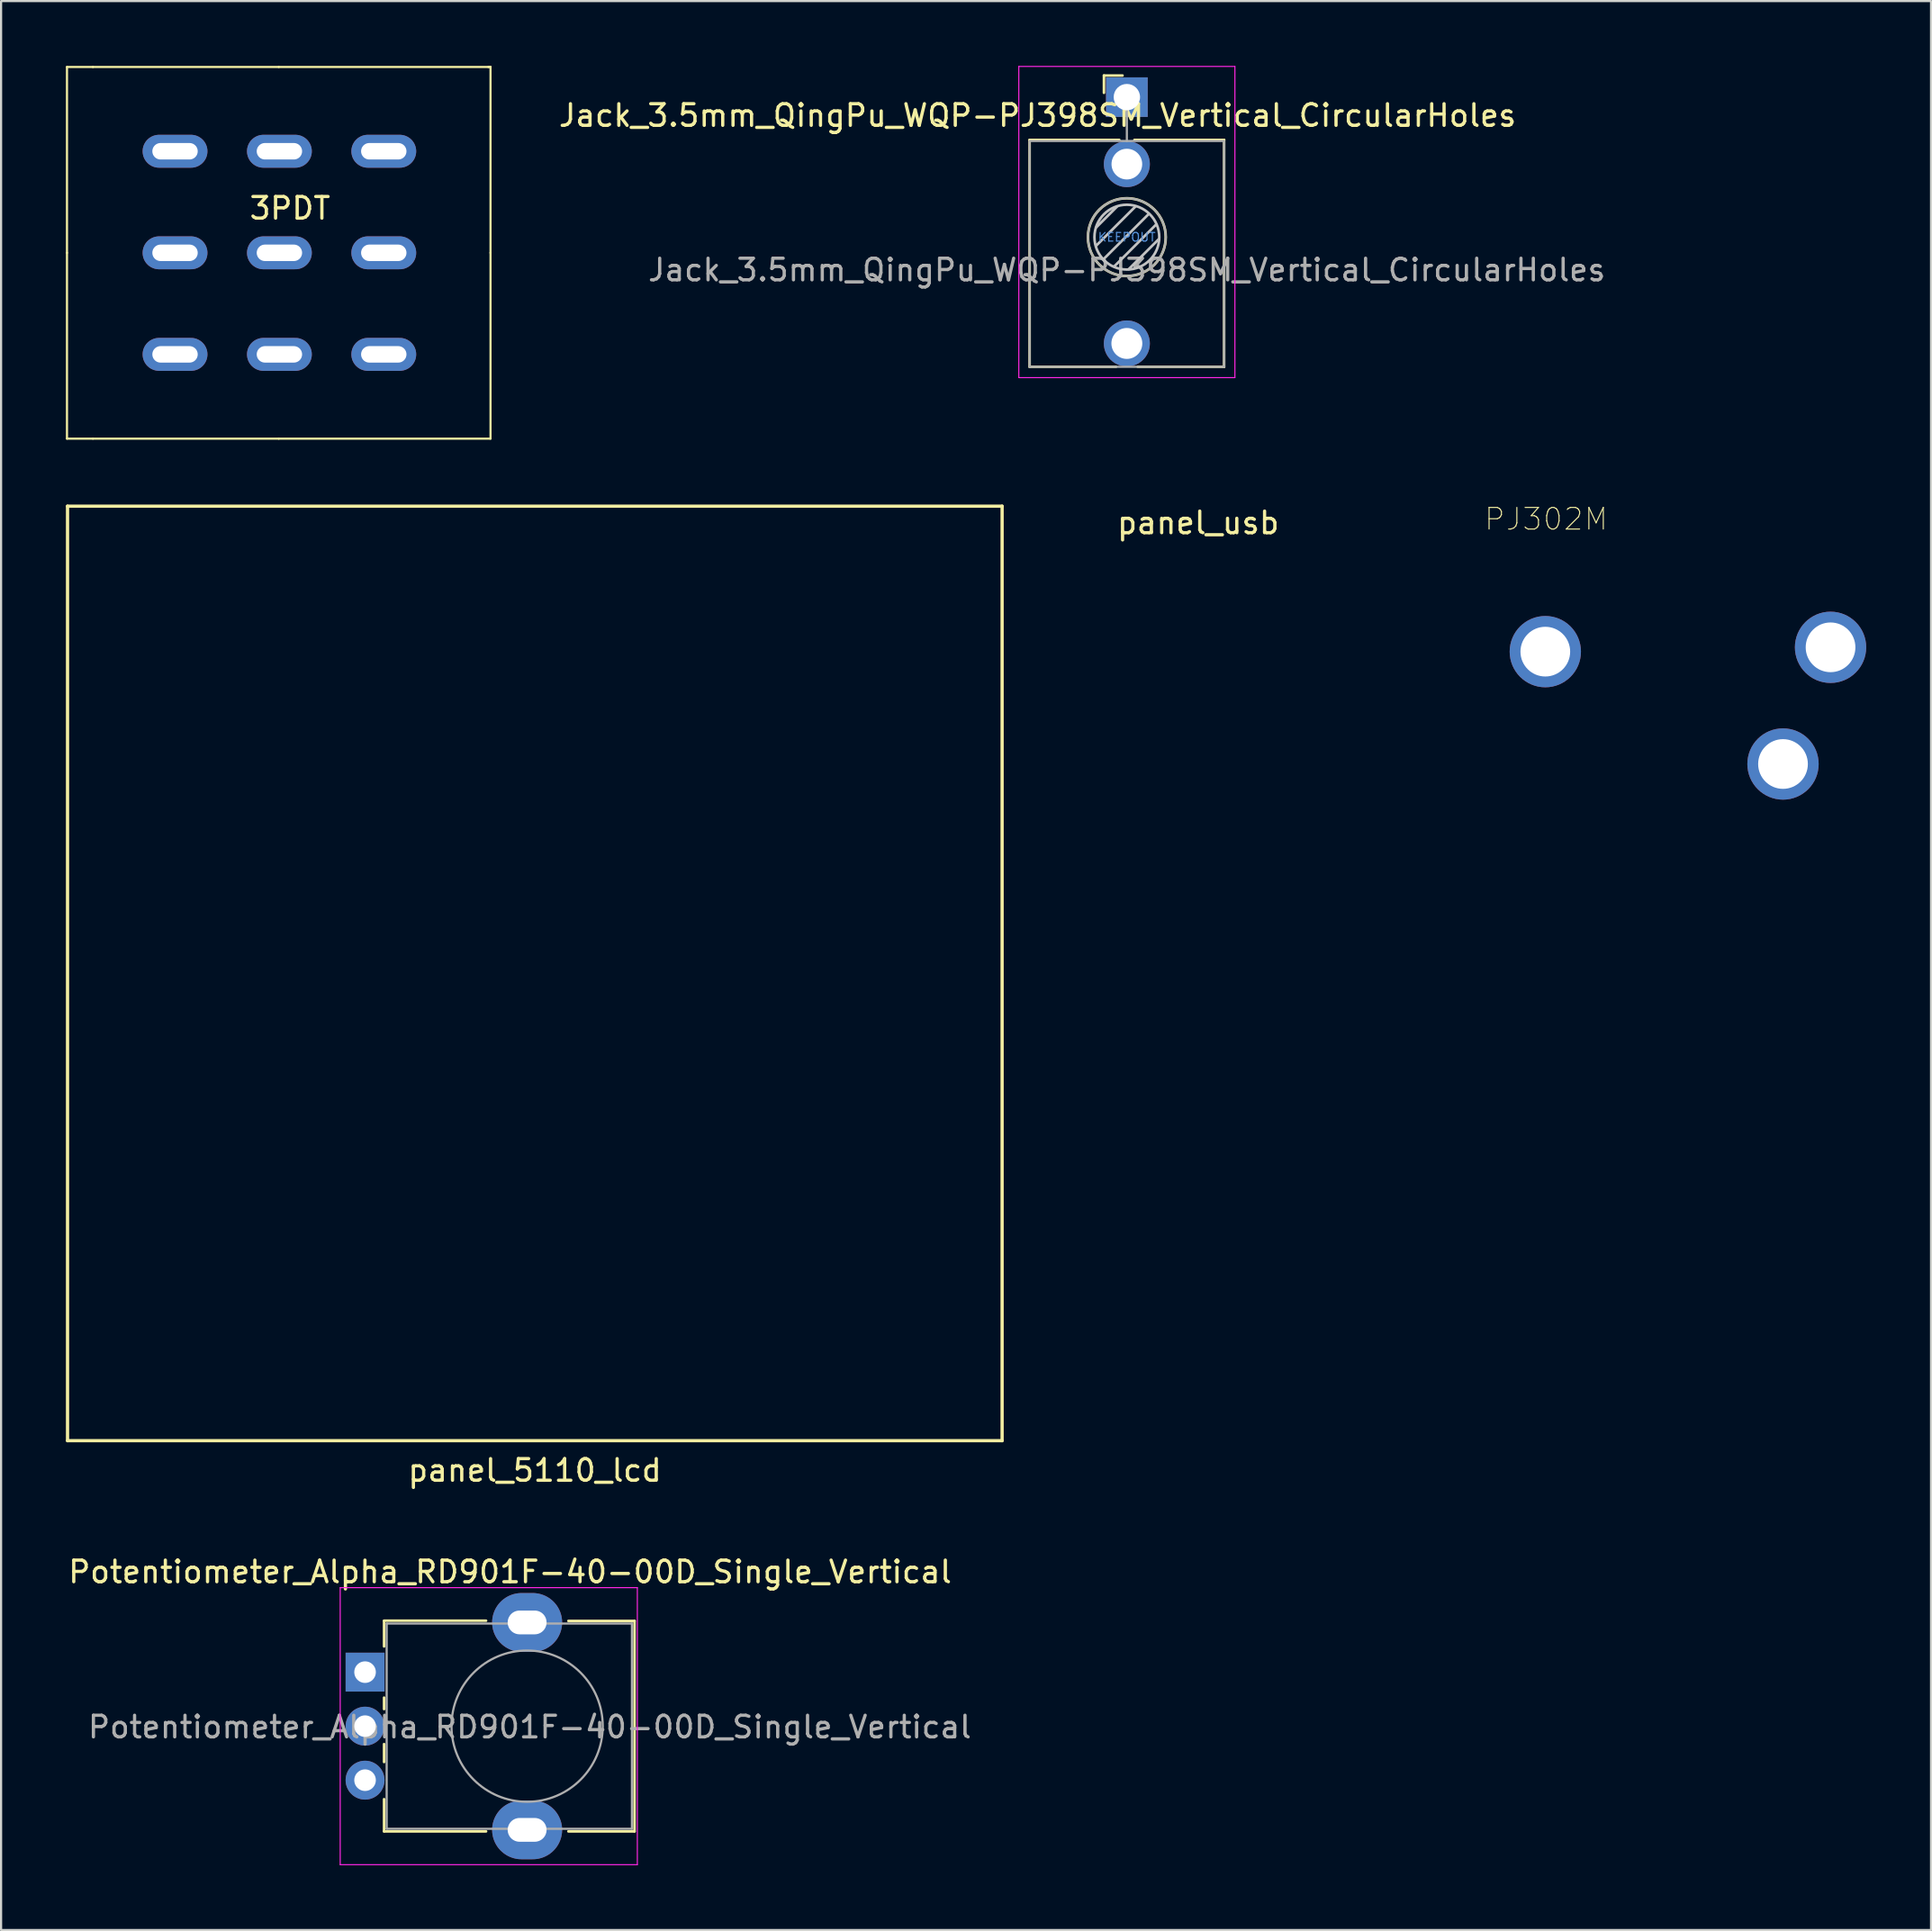
<source format=kicad_pcb>
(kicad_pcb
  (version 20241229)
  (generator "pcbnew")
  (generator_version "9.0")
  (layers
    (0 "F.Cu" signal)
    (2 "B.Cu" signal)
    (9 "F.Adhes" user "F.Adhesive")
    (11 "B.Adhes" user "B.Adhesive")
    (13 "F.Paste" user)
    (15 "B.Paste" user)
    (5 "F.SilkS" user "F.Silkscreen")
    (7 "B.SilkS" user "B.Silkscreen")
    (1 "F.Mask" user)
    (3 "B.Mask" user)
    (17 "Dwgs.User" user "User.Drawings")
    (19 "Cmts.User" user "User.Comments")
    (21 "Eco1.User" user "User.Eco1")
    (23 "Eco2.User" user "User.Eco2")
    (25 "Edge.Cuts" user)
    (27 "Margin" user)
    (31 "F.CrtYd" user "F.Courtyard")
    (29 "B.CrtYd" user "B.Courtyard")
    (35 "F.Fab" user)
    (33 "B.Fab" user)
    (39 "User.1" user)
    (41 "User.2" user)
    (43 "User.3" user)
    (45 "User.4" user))
  (footprint "panel_usb"
    (layer "F.Cu")
    (at 52.9 28.898)
    (property "Reference" "panel_usb" (at -0.5 -7.75 0) (layer "F.SilkS") (effects (font (size 1 1) (thickness 0.15))))
    (attr through_hole)
    (pad "" connect rect (at 0 0) (size 13 12) (layers "*.Mask")))
  (footprint "Potentiometer_Alpha_RD901F-40-00D_Single_Vertical"
    (layer "F.Cu")
    (at 21.344 76.876)
    (property "Reference" "Potentiometer_Alpha_RD901F-40-00D_Single_Vertical" (at -0.79 -7.18 180) (layer "F.SilkS") (effects (font (size 1 1) (thickness 0.15))))
    (attr through_hole)
    (fp_line (start -6.62 -4.92) (end -1.9 -4.92) (stroke (width 0.12) (type solid)) (layer "F.SilkS"))
    (fp_line (start -6.62 -3.73) (end -6.62 -4.91) (stroke (width 0.12) (type solid)) (layer "F.SilkS"))
    (fp_line (start -6.62 -0.83) (end -6.62 -1.36) (stroke (width 0.12) (type solid)) (layer "F.SilkS"))
    (fp_line (start -6.62 1.62) (end -6.62 0.79) (stroke (width 0.12) (type solid)) (layer "F.SilkS"))
    (fp_line (start -6.62 4.83) (end -6.62 3.34) (stroke (width 0.12) (type solid)) (layer "F.SilkS"))
    (fp_line (start -6.62 4.83) (end -1.9 4.83) (stroke (width 0.12) (type solid)) (layer "F.SilkS"))
    (fp_line (start 1.91 -4.91) (end 4.97 -4.91) (stroke (width 0.12) (type solid)) (layer "F.SilkS"))
    (fp_line (start 1.91 4.83) (end 4.97 4.83) (stroke (width 0.12) (type solid)) (layer "F.SilkS"))
    (fp_line (start 4.97 4.83) (end 4.97 -4.91) (stroke (width 0.12) (type solid)) (layer "F.SilkS"))
    (fp_line (start -8.65 -6.45) (end -8.65 6.37) (stroke (width 0.05) (type solid)) (layer "F.CrtYd"))
    (fp_line (start -8.65 6.37) (end 5.1 6.37) (stroke (width 0.05) (type solid)) (layer "F.CrtYd"))
    (fp_line (start 5.1 -6.45) (end -8.65 -6.45) (stroke (width 0.05) (type solid)) (layer "F.CrtYd"))
    (fp_line (start 5.1 6.37) (end 5.1 -6.45) (stroke (width 0.05) (type solid)) (layer "F.CrtYd"))
    (fp_line (start -6.5 -4.79) (end 4.85 -4.79) (stroke (width 0.1) (type solid)) (layer "F.Fab"))
    (fp_line (start -6.5 4.71) (end -6.5 -4.79) (stroke (width 0.1) (type solid)) (layer "F.Fab"))
    (fp_line (start -6.5 4.71) (end 4.85 4.71) (stroke (width 0.1) (type solid)) (layer "F.Fab"))
    (fp_line (start 4.85 4.71) (end 4.85 -4.79) (stroke (width 0.1) (type solid)) (layer "F.Fab"))
    (fp_circle (center 0 -0.04) (end 0 -3.54) (stroke (width 0.1) (type solid)) (fill no) (layer "F.Fab"))
    (fp_text user "${REFERENCE}" (at 0.12 0 0) (layer "F.Fab") (effects (font (size 1 1) (thickness 0.15))))
    (pad "" thru_hole oval (at 0 -4.84 90) (size 2.72 3.24) (drill oval 1.1 1.8) (layers "*.Cu" "*.Mask"))
    (pad "" thru_hole oval (at 0 4.76 90) (size 2.72 3.24) (drill oval 1.1 1.8) (layers "*.Cu" "*.Mask"))
    (pad "1" thru_hole rect (at -7.5 -2.54 90) (size 1.8 1.8) (drill 1) (layers "*.Cu" "*.Mask"))
    (pad "2" thru_hole circle (at -7.5 -0.04 90) (size 1.8 1.8) (drill 1) (layers "*.Cu" "*.Mask"))
    (pad "3" thru_hole circle (at -7.5 2.46 90) (size 1.8 1.8) (drill 1) (layers "*.Cu" "*.Mask")))
  (footprint "panel_5110_lcd"
    (layer "F.Cu")
    (at 21.7 42)
    (property "Reference" "panel_5110_lcd" (at 0 23 0) (layer "F.SilkS") (effects (font (size 1 1) (thickness 0.15))))
    (attr through_hole)
    (fp_poly (pts (xy -21.625 -21.625) (xy 21.625 -21.625) (xy 21.625 21.625) (xy -21.625 21.625)) (stroke (width 0.1) (type solid)) (fill yes) (layer "F.Mask"))
    (fp_poly (pts (xy -21.625 -21.625) (xy 21.625 -21.625) (xy 21.625 21.625) (xy -21.625 21.625)) (stroke (width 0.1) (type solid)) (fill yes) (layer "B.Mask"))
    (fp_line (start -21.625 -21.625) (end -21.625 21.625) (stroke (width 0.15) (type solid)) (layer "F.SilkS"))
    (fp_line (start -21.625 -21.625) (end 21.625 -21.625) (stroke (width 0.15) (type solid)) (layer "F.SilkS"))
    (fp_line (start -21.625 21.625) (end 21.625 21.625) (stroke (width 0.15) (type solid)) (layer "F.SilkS"))
    (fp_line (start 21.625 -21.625) (end 21.625 21.625) (stroke (width 0.15) (type solid)) (layer "F.SilkS")))
  (footprint "PJ302M"
    (layer "F.Cu")
    (at 65.963 27.108)
    (property "Reference" "PJ302M" (at 2.54 -6.135 0) (layer "F.SilkS") (effects (font (size 1 1) (thickness 0.05))))
    (attr through_hole)
    (fp_line (start -3.5 -2.5) (end -3.5 2.5) (stroke (width 0.127) (type solid)) (layer "Eco2.User"))
    (fp_line (start -2.5 -3) (end -3 -3) (stroke (width 0.127) (type solid)) (layer "Eco2.User"))
    (fp_line (start -2.5 3) (end -3 -3) (stroke (width 0.127) (type solid)) (layer "Eco2.User"))
    (fp_line (start -2.5 3) (end -3 3) (stroke (width 0.127) (type solid)) (layer "Eco2.User"))
    (fp_line (start -2 -3) (end -2.5 -3) (stroke (width 0.127) (type solid)) (layer "Eco2.User"))
    (fp_line (start -2 3) (end -2.5 -3) (stroke (width 0.127) (type solid)) (layer "Eco2.User"))
    (fp_line (start -2 3) (end -2.5 3) (stroke (width 0.127) (type solid)) (layer "Eco2.User"))
    (fp_line (start -2 3) (end -1.5 3) (stroke (width 0.127) (type solid)) (layer "Eco2.User"))
    (fp_line (start -1.5 -3) (end -2 -3) (stroke (width 0.127) (type solid)) (layer "Eco2.User"))
    (fp_line (start -1.5 3) (end -2 -3) (stroke (width 0.127) (type solid)) (layer "Eco2.User"))
    (fp_line (start -1.5 3) (end -1 3) (stroke (width 0.127) (type solid)) (layer "Eco2.User"))
    (fp_line (start -1 -3) (end -1.5 -3) (stroke (width 0.127) (type solid)) (layer "Eco2.User"))
    (fp_line (start -1 3) (end -1.5 -3) (stroke (width 0.127) (type solid)) (layer "Eco2.User"))
    (fp_line (start -1 3) (end -0.5 3) (stroke (width 0.127) (type solid)) (layer "Eco2.User"))
    (fp_line (start -0.5 -3) (end -1 -3) (stroke (width 0.127) (type solid)) (layer "Eco2.User"))
    (fp_line (start -0.5 3) (end -1 -3) (stroke (width 0.127) (type solid)) (layer "Eco2.User"))
    (fp_line (start -0.5 3) (end 0 3) (stroke (width 0.127) (type solid)) (layer "Eco2.User"))
    (fp_line (start 0 -5) (end 15.5 -5) (stroke (width 0.127) (type solid)) (layer "Eco2.User"))
    (fp_line (start 0 -3) (end -0.5 -3) (stroke (width 0.127) (type solid)) (layer "Eco2.User"))
    (fp_line (start 0 -3) (end 0 -5) (stroke (width 0.127) (type solid)) (layer "Eco2.User"))
    (fp_line (start 0 3) (end -0.5 -3) (stroke (width 0.127) (type solid)) (layer "Eco2.User"))
    (fp_line (start 0 3) (end 0 -3) (stroke (width 0.127) (type solid)) (layer "Eco2.User"))
    (fp_line (start 0 5) (end 0 3) (stroke (width 0.127) (type solid)) (layer "Eco2.User"))
    (fp_line (start 15.5 -5) (end 15.5 5) (stroke (width 0.127) (type solid)) (layer "Eco2.User"))
    (fp_line (start 15.5 5) (end 0 5) (stroke (width 0.127) (type solid)) (layer "Eco2.User"))
    (fp_arc (start -3.5 -2.5) (mid -3.353553 -2.853553) (end -3 -3) (stroke (width 0.127) (type solid)) (layer "Eco2.User"))
    (fp_arc (start -3 3) (mid -3.353553 2.853553) (end -3.5 2.5) (stroke (width 0.127) (type solid)) (layer "Eco2.User"))
    (pad "GND" thru_hole circle (at 2.5 0 270) (size 3.3 3.3) (drill 2.3) (layers "*.Cu" "*.Mask"))
    (pad "SW" thru_hole circle (at 13.5 5.2) (size 3.3 3.3) (drill 2.3) (layers "*.Cu" "*.Mask"))
    (pad "TIP" thru_hole circle (at 15.7 -0.2 90) (size 3.3 3.3) (drill 2.3) (layers "*.Cu" "*.Mask")))
  (footprint "3PDT"
    (layer "F.Cu")
    (at 9.85 8.65)
    (property "Reference" "3PDT" (at 0.52 -2.06 0) (layer "F.SilkS") (effects (font (size 1 1) (thickness 0.15))))
    (attr through_hole)
    (fp_line (start -9.8 -8.6) (end -8.6 -8.6) (stroke (width 0.1) (type solid)) (layer "F.SilkS"))
    (fp_line (start -9.8 0) (end -9.8 -8.6) (stroke (width 0.1) (type solid)) (layer "F.SilkS"))
    (fp_line (start -9.8 8.6) (end -9.8 0) (stroke (width 0.1) (type solid)) (layer "F.SilkS"))
    (fp_line (start -8.6 -8.6) (end 0 -8.6) (stroke (width 0.1) (type solid)) (layer "F.SilkS"))
    (fp_line (start -8.6 8.6) (end -9.8 8.6) (stroke (width 0.1) (type solid)) (layer "F.SilkS"))
    (fp_line (start 0 -8.6) (end 9.8 -8.6) (stroke (width 0.1) (type solid)) (layer "F.SilkS"))
    (fp_line (start 0 8.6) (end -8.6 8.6) (stroke (width 0.1) (type solid)) (layer "F.SilkS"))
    (fp_line (start 9.8 -8.6) (end 9.7 -8.6) (stroke (width 0.1) (type solid)) (layer "F.SilkS"))
    (fp_line (start 9.8 -8.6) (end 9.8 0) (stroke (width 0.1) (type solid)) (layer "F.SilkS"))
    (fp_line (start 9.8 0) (end 9.8 8.6) (stroke (width 0.1) (type solid)) (layer "F.SilkS"))
    (fp_line (start 9.8 8.6) (end 0 8.6) (stroke (width 0.1) (type solid)) (layer "F.SilkS"))
    (pad "1" thru_hole oval (at 4.86 4.7) (size 3 1.524) (drill oval 2.1 0.762) (layers "*.Cu" "*.Mask"))
    (pad "2" thru_hole oval (at 4.86 0) (size 3 1.524) (drill oval 2.1 0.762) (layers "*.Cu" "*.Mask"))
    (pad "3" thru_hole oval (at 4.86 -4.7) (size 3 1.524) (drill oval 2.1 0.762) (layers "*.Cu" "*.Mask"))
    (pad "4" thru_hole oval (at 0.03 4.7) (size 3 1.524) (drill oval 2.1 0.762) (layers "*.Cu" "*.Mask"))
    (pad "5" thru_hole oval (at 0.03 0) (size 3 1.524) (drill oval 2.1 0.762) (layers "*.Cu" "*.Mask"))
    (pad "6" thru_hole oval (at 0.03 -4.7) (size 3 1.524) (drill oval 2.1 0.762) (layers "*.Cu" "*.Mask"))
    (pad "7" thru_hole oval (at -4.8 4.7) (size 3 1.524) (drill oval 2.1 0.762) (layers "*.Cu" "*.Mask"))
    (pad "8" thru_hole oval (at -4.8 0) (size 3 1.524) (drill oval 2.1 0.762) (layers "*.Cu" "*.Mask"))
    (pad "9" thru_hole oval (at -4.8 -4.7) (size 3 1.524) (drill oval 2.1 0.762) (layers "*.Cu" "*.Mask")))
  (footprint "Jack_3.5mm_QingPu_WQP-PJ398SM_Vertical_CircularHoles"
    (layer "F.Cu")
    (at 49.098 7.925)
    (property "Reference" "Jack_3.5mm_QingPu_WQP-PJ398SM_Vertical_CircularHoles" (at -4.13 -5.63 0) (layer "F.SilkS") (effects (font (size 1 1) (thickness 0.15))))
    (attr through_hole)
    (fp_line (start -4.5 -4.5) (end -4.5 6) (stroke (width 0.12) (type solid)) (layer "F.SilkS"))
    (fp_line (start -1.06 -7.48) (end -1.06 -6.68) (stroke (width 0.12) (type solid)) (layer "F.SilkS"))
    (fp_line (start -1.06 -7.48) (end -0.2 -7.48) (stroke (width 0.12) (type solid)) (layer "F.SilkS"))
    (fp_line (start -0.5 6) (end -4.5 6) (stroke (width 0.12) (type solid)) (layer "F.SilkS"))
    (fp_line (start -0.35 -4.5) (end -4.5 -4.5) (stroke (width 0.12) (type solid)) (layer "F.SilkS"))
    (fp_line (start 4.5 -4.5) (end 0.35 -4.5) (stroke (width 0.12) (type solid)) (layer "F.SilkS"))
    (fp_line (start 4.5 -4.5) (end 4.5 6) (stroke (width 0.12) (type solid)) (layer "F.SilkS"))
    (fp_line (start 4.5 6) (end 0.5 6) (stroke (width 0.12) (type solid)) (layer "F.SilkS"))
    (fp_circle (center 0 0) (end 1.8 0) (stroke (width 0.12) (type solid)) (fill no) (layer "F.SilkS"))
    (fp_line (start -1.42 0.395) (end 0.4 -1.42) (stroke (width 0.12) (type solid)) (layer "Dwgs.User"))
    (fp_line (start -1.41 -0.46) (end -0.46 -1.41) (stroke (width 0.12) (type solid)) (layer "Dwgs.User"))
    (fp_line (start -1.07 1.01) (end 1.01 -1.07) (stroke (width 0.12) (type solid)) (layer "Dwgs.User"))
    (fp_line (start -0.58 1.35) (end 1.36 -0.59) (stroke (width 0.12) (type solid)) (layer "Dwgs.User"))
    (fp_line (start 0.09 1.48) (end 1.48 0.09) (stroke (width 0.12) (type solid)) (layer "Dwgs.User"))
    (fp_circle (center 0 0) (end 1.5 0) (stroke (width 0.12) (type solid)) (fill no) (layer "Dwgs.User"))
    (fp_line (start -5 6.5) (end -5 -7.9) (stroke (width 0.05) (type solid)) (layer "F.CrtYd"))
    (fp_line (start 5 -7.9) (end -5 -7.9) (stroke (width 0.05) (type solid)) (layer "F.CrtYd"))
    (fp_line (start 5 6.5) (end -5 6.5) (stroke (width 0.05) (type solid)) (layer "F.CrtYd"))
    (fp_line (start 5 6.5) (end 5 -7.9) (stroke (width 0.05) (type solid)) (layer "F.CrtYd"))
    (fp_line (start -4.5 6) (end -4.5 -4.4) (stroke (width 0.1) (type solid)) (layer "F.Fab"))
    (fp_line (start 0 -6.48) (end 0 -4.45) (stroke (width 0.1) (type solid)) (layer "F.Fab"))
    (fp_line (start 4.5 -4.45) (end -4.5 -4.45) (stroke (width 0.1) (type solid)) (layer "F.Fab"))
    (fp_line (start 4.5 6) (end -4.5 6) (stroke (width 0.1) (type solid)) (layer "F.Fab"))
    (fp_line (start 4.5 6) (end 4.5 -4.4) (stroke (width 0.1) (type solid)) (layer "F.Fab"))
    (fp_circle (center 0 0) (end 1.8 0) (stroke (width 0.1) (type solid)) (fill no) (layer "F.Fab"))
    (fp_text user "KEEPOUT" (at 0 0 180) (layer "Cmts.User") (effects (font (size 0.4 0.4) (thickness 0.051))))
    (fp_text user "${REFERENCE}" (at 0 1.52 0) (layer "F.Fab") (effects (font (size 1 1) (thickness 0.15))))
    (pad "S" thru_hole rect (at 0 -6.48 180) (size 1.93 1.83) (drill 1.22) (layers "*.Cu" "*.Mask"))
    (pad "T" thru_hole circle (at 0 4.92 180) (size 2.13 2.13) (drill 1.43) (layers "*.Cu" "*.Mask"))
    (pad "TN" thru_hole circle (at 0 -3.38 180) (size 2.13 2.13) (drill 1.42) (layers "*.Cu" "*.Mask")))
  (gr_rect
    (start -3 -3)
    (end 86.314 86.272)
    (stroke (width 0.1) (type default))
    (fill no)
    (layer "Edge.Cuts")))
</source>
